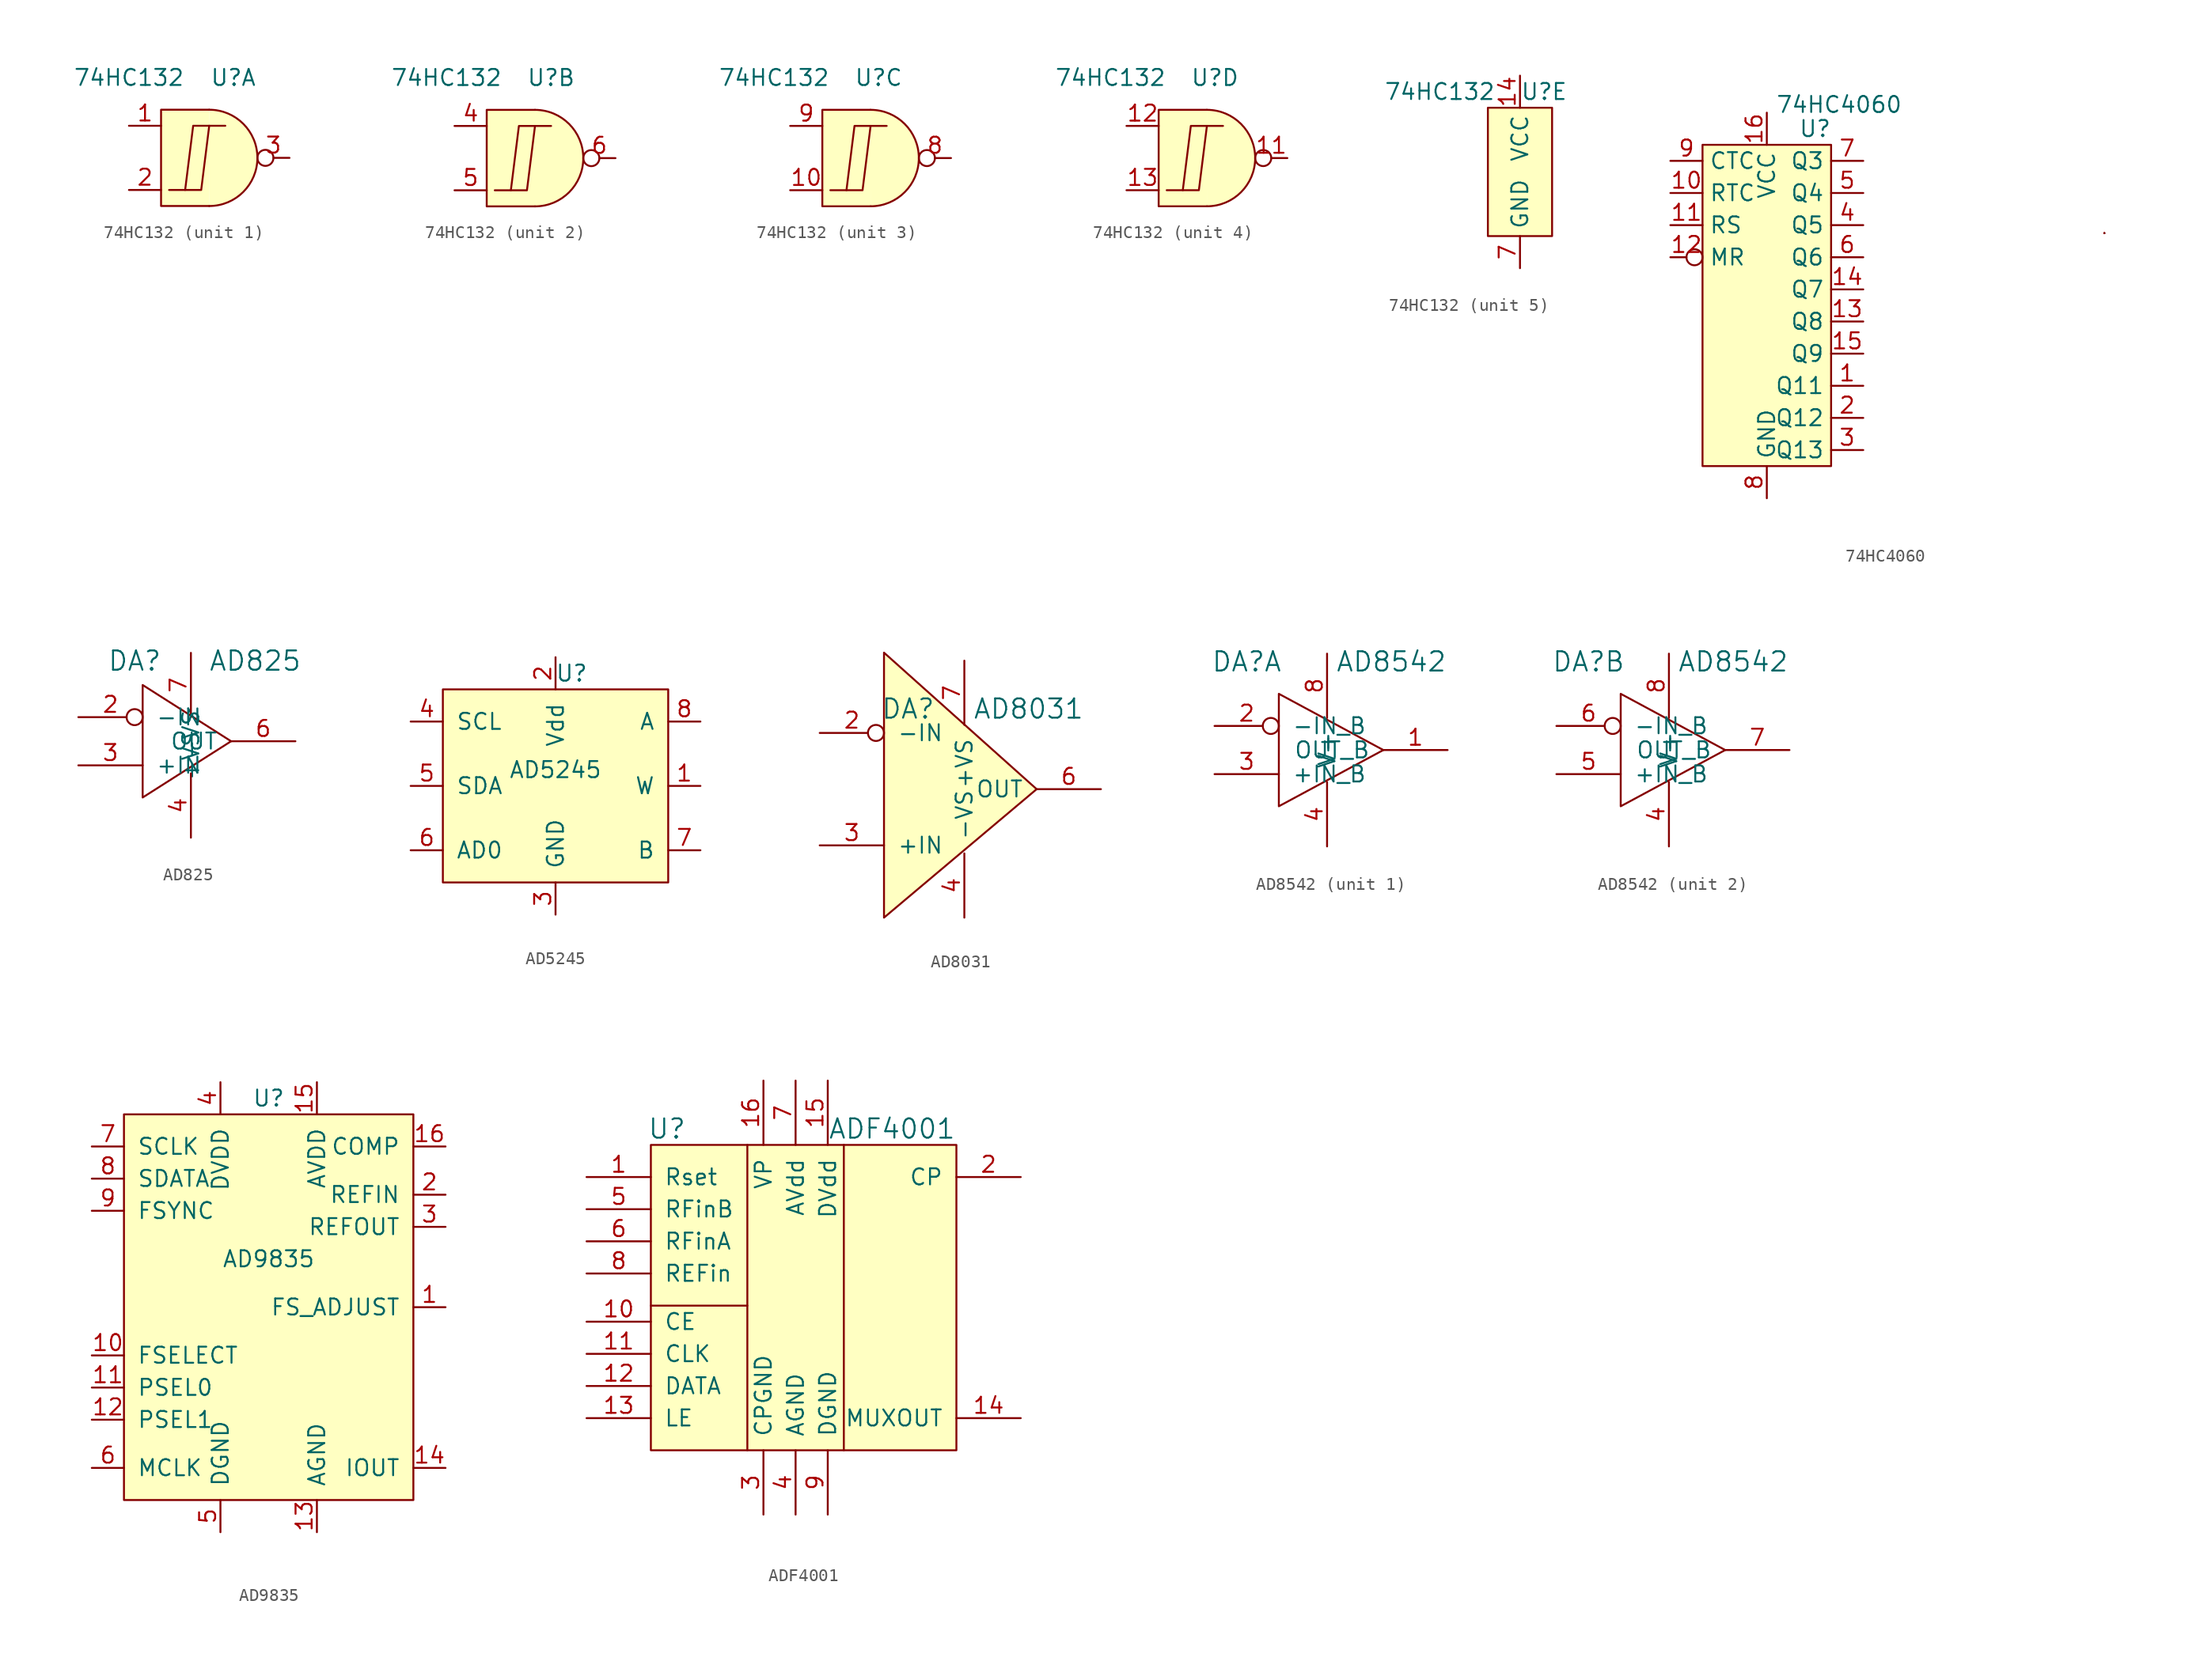
<source format=kicad_sym>
(kicad_symbol_lib
  (version 20211014)
  (generator kicad_symbol_editor)
  (symbol "74HC132"
    (property "Reference" "U"
      (at 1.905 6.35 0)
      (effects (font (size 1.27 1.27))))
    (property "Value" "74HC132"
      (at -6.35 6.35 0)
      (effects (font (size 1.27 1.27))))
    (property "ki_locked" ""
      (at 0 0 0)
      (effects (font (size 1.27 1.27))))
    (symbol "74HC132_1_1"
      (arc (start 0 -3.81) (mid 3.81 0) (end 0 3.81) (stroke (width 0) (type default) (color 0 0 0 0)) (fill (type background)))
      (polyline (pts (xy -3.175 -2.54) (xy -1.905 -2.54) (xy -1.27 2.54) (xy 0 2.54)) (stroke (width 0.152) (type default) (color 0 0 0 0)) (fill (type none)))
      (polyline (pts (xy -1.905 -2.54) (xy -0.635 -2.54) (xy 0 2.54) (xy 1.27 2.54)) (stroke (width 0.152) (type default) (color 0 0 0 0)) (fill (type none)))
      (polyline (pts (xy 0 3.81) (xy -3.81 3.81) (xy -3.81 -3.81) (xy 0 -3.81)) (stroke (width 0) (type default) (color 0 0 0 0)) (fill (type background)))
      (pin input line (at -6.35 2.54 0) (length 2.54) (name "~" (effects (font (size 1.27 1.27)))) (number "1" (effects (font (size 1.27 1.27)))))
      (pin input line (at -6.35 -2.54 0) (length 2.54) (name "~" (effects (font (size 1.27 1.27)))) (number "2" (effects (font (size 1.27 1.27)))))
      (pin output inverted (at 6.35 0 180) (length 2.54) (name "~" (effects (font (size 1.27 1.27)))) (number "3" (effects (font (size 1.27 1.27))))))
    (symbol "74HC132_2_1"
      (polyline (pts (xy -2.54 -2.54) (xy -1.27 -2.54) (xy -0.635 2.54) (xy 0.635 2.54)) (stroke (width 0.152) (type default) (color 0 0 0 0)) (fill (type none)))
      (polyline (pts (xy -1.27 -2.54) (xy 0 -2.54) (xy 0.635 2.54) (xy 1.905 2.54)) (stroke (width 0.152) (type default) (color 0 0 0 0)) (fill (type none)))
      (polyline (pts (xy 0.635 3.81) (xy -3.175 3.81) (xy -3.175 -3.81) (xy 0.635 -3.81)) (stroke (width 0) (type default) (color 0 0 0 0)) (fill (type background)))
      (arc (start 0.635 -3.81) (mid 4.445 0) (end 0.635 3.81) (stroke (width 0) (type default) (color 0 0 0 0)) (fill (type background)))
      (pin input line (at -5.715 2.54 0) (length 2.54) (name "~" (effects (font (size 1.27 1.27)))) (number "4" (effects (font (size 1.27 1.27)))))
      (pin input line (at -5.715 -2.54 0) (length 2.54) (name "~" (effects (font (size 1.27 1.27)))) (number "5" (effects (font (size 1.27 1.27)))))
      (pin output inverted (at 6.985 0 180) (length 2.54) (name "~" (effects (font (size 1.27 1.27)))) (number "6" (effects (font (size 1.27 1.27))))))
    (symbol "74HC132_3_1"
      (polyline (pts (xy -1.905 -2.54) (xy -0.635 -2.54) (xy 0 2.54) (xy 1.27 2.54)) (stroke (width 0.152) (type default) (color 0 0 0 0)) (fill (type none)))
      (polyline (pts (xy -0.635 -2.54) (xy 0.635 -2.54) (xy 1.27 2.54) (xy 2.54 2.54)) (stroke (width 0.152) (type default) (color 0 0 0 0)) (fill (type none)))
      (polyline (pts (xy 1.27 3.81) (xy -2.54 3.81) (xy -2.54 -3.81) (xy 1.27 -3.81)) (stroke (width 0) (type default) (color 0 0 0 0)) (fill (type background)))
      (arc (start 1.27 -3.81) (mid 5.08 0) (end 1.27 3.81) (stroke (width 0) (type default) (color 0 0 0 0)) (fill (type background)))
      (pin input line (at -5.08 -2.54 0) (length 2.54) (name "~" (effects (font (size 1.27 1.27)))) (number "10" (effects (font (size 1.27 1.27)))))
      (pin output inverted (at 7.62 0 180) (length 2.54) (name "~" (effects (font (size 1.27 1.27)))) (number "8" (effects (font (size 1.27 1.27)))))
      (pin input line (at -5.08 2.54 0) (length 2.54) (name "~" (effects (font (size 1.27 1.27)))) (number "9" (effects (font (size 1.27 1.27))))))
    (symbol "74HC132_4_1"
      (polyline (pts (xy -1.905 -2.54) (xy -0.635 -2.54) (xy 0 2.54) (xy 1.27 2.54)) (stroke (width 0.152) (type default) (color 0 0 0 0)) (fill (type none)))
      (polyline (pts (xy -0.635 -2.54) (xy 0.635 -2.54) (xy 1.27 2.54) (xy 2.54 2.54)) (stroke (width 0.152) (type default) (color 0 0 0 0)) (fill (type none)))
      (polyline (pts (xy 1.27 3.81) (xy -2.54 3.81) (xy -2.54 -3.81) (xy 1.27 -3.81)) (stroke (width 0) (type default) (color 0 0 0 0)) (fill (type background)))
      (arc (start 1.27 -3.81) (mid 5.08 0) (end 1.27 3.81) (stroke (width 0) (type default) (color 0 0 0 0)) (fill (type background)))
      (pin output inverted (at 7.62 0 180) (length 2.54) (name "~" (effects (font (size 1.27 1.27)))) (number "11" (effects (font (size 1.27 1.27)))))
      (pin input line (at -5.08 2.54 0) (length 2.54) (name "~" (effects (font (size 1.27 1.27)))) (number "12" (effects (font (size 1.27 1.27)))))
      (pin input line (at -5.08 -2.54 0) (length 2.54) (name "~" (effects (font (size 1.27 1.27)))) (number "13" (effects (font (size 1.27 1.27))))))
    (symbol "74HC132_5_1"
      (rectangle (start -2.54 5.08) (end 2.54 -5.08) (stroke (width 0.152) (type default) (color 0 0 0 0)) (fill (type background)))
      (pin power_in line (at 0 7.62 270) (length 2.54) (name "VCC" (effects (font (size 1.27 1.27)))) (number "14" (effects (font (size 1.27 1.27)))))
      (pin power_in line (at 0 -7.62 90) (length 2.54) (name "GND" (effects (font (size 1.27 1.27)))) (number "7" (effects (font (size 1.27 1.27)))))))
  (symbol "74HC4060"
    (property "Reference" "U"
      (at 3.81 7.62 0)
      (effects (font (size 1.27 1.27))))
    (property "Value" "74HC4060"
      (at 5.715 9.525 0)
      (effects (font (size 1.27 1.27))))
    (symbol "74HC4060_0_1"
      (rectangle (start -5.08 6.35) (end 5.08 -19.05) (stroke (width 0.152) (type default) (color 0 0 0 0)) (fill (type background)))
      (rectangle (start 26.67 -0.635) (end 26.67 -0.635) (stroke (width 0.152) (type default) (color 0 0 0 0)) (fill (type none)))
      (rectangle (start 26.67 -0.635) (end 26.67 -0.635) (stroke (width 0.152) (type default) (color 0 0 0 0)) (fill (type none)))
      (rectangle (start 26.67 -0.635) (end 26.67 -0.635) (stroke (width 0.152) (type default) (color 0 0 0 0)) (fill (type none)))
      (rectangle (start 26.67 -0.635) (end 26.67 -0.635) (stroke (width 0.152) (type default) (color 0 0 0 0)) (fill (type none))))
    (symbol "74HC4060_1_1"
      (pin output line (at 7.62 -12.7 180) (length 2.54) (name "Q11" (effects (font (size 1.27 1.27)))) (number "1" (effects (font (size 1.27 1.27)))))
      (pin output line (at -7.62 2.54 0) (length 2.54) (name "RTC" (effects (font (size 1.27 1.27)))) (number "10" (effects (font (size 1.27 1.27)))))
      (pin input line (at -7.62 0 0) (length 2.54) (name "RS" (effects (font (size 1.27 1.27)))) (number "11" (effects (font (size 1.27 1.27)))))
      (pin input inverted (at -7.62 -2.54 0) (length 2.54) (name "MR" (effects (font (size 1.27 1.27)))) (number "12" (effects (font (size 1.27 1.27)))))
      (pin output line (at 7.62 -7.62 180) (length 2.54) (name "Q8" (effects (font (size 1.27 1.27)))) (number "13" (effects (font (size 1.27 1.27)))))
      (pin output line (at 7.62 -5.08 180) (length 2.54) (name "Q7" (effects (font (size 1.27 1.27)))) (number "14" (effects (font (size 1.27 1.27)))))
      (pin output line (at 7.62 -10.16 180) (length 2.54) (name "Q9" (effects (font (size 1.27 1.27)))) (number "15" (effects (font (size 1.27 1.27)))))
      (pin power_in line (at 0 8.89 270) (length 2.54) (name "VCC" (effects (font (size 1.27 1.27)))) (number "16" (effects (font (size 1.27 1.27)))))
      (pin output line (at 7.62 -15.24 180) (length 2.54) (name "Q12" (effects (font (size 1.27 1.27)))) (number "2" (effects (font (size 1.27 1.27)))))
      (pin output line (at 7.62 -17.78 180) (length 2.54) (name "Q13" (effects (font (size 1.27 1.27)))) (number "3" (effects (font (size 1.27 1.27)))))
      (pin output line (at 7.62 0 180) (length 2.54) (name "Q5" (effects (font (size 1.27 1.27)))) (number "4" (effects (font (size 1.27 1.27)))))
      (pin output line (at 7.62 2.54 180) (length 2.54) (name "Q4" (effects (font (size 1.27 1.27)))) (number "5" (effects (font (size 1.27 1.27)))))
      (pin output line (at 7.62 -2.54 180) (length 2.54) (name "Q6" (effects (font (size 1.27 1.27)))) (number "6" (effects (font (size 1.27 1.27)))))
      (pin output line (at 7.62 5.08 180) (length 2.54) (name "Q3" (effects (font (size 1.27 1.27)))) (number "7" (effects (font (size 1.27 1.27)))))
      (pin power_in line (at 0 -21.59 90) (length 2.54) (name "GND" (effects (font (size 1.27 1.27)))) (number "8" (effects (font (size 1.27 1.27)))))
      (pin output line (at -7.62 5.08 0) (length 2.54) (name "CTC" (effects (font (size 1.27 1.27)))) (number "9" (effects (font (size 1.27 1.27)))))))
  (symbol "AD825"
    (pin_names
      (offset 1.016))
    (property "Reference" "DA"
      (at -3.81 6.35 0)
      (effects (font (size 1.524 1.524))))
    (property "Value" "AD825"
      (at 5.715 6.35 0)
      (effects (font (size 1.524 1.524))))
    (symbol "AD825_0_1"
      (polyline (pts (xy 3.81 0) (xy -3.175 4.445) (xy -3.175 -4.445) (xy 3.81 0)) (stroke (width 0) (type default) (color 0 0 0 0)) (fill (type none))))
    (symbol "AD825_1_1"
      (pin input inverted (at -8.255 1.905 0) (length 5.08) (name "-IN" (effects (font (size 1.27 1.27)))) (number "2" (effects (font (size 1.27 1.27)))))
      (pin input line (at -8.255 -1.905 0) (length 5.08) (name "+IN" (effects (font (size 1.27 1.27)))) (number "3" (effects (font (size 1.27 1.27)))))
      (pin power_in line (at 0.635 -7.62 90) (length 5.08) (name "-VS" (effects (font (size 1.27 1.27)))) (number "4" (effects (font (size 1.27 1.27)))))
      (pin output line (at 8.89 0 180) (length 5.08) (name "OUT" (effects (font (size 1.27 1.27)))) (number "6" (effects (font (size 1.27 1.27)))))
      (pin power_in line (at 0.635 6.985 270) (length 5.08) (name "+VS" (effects (font (size 1.27 1.27)))) (number "7" (effects (font (size 1.27 1.27)))))))
  (symbol "AD5245"
    (pin_names
      (offset 1.016))
    (property "Reference" "U"
      (at 1.27 0 0)
      (effects (font (size 1.27 1.27))))
    (property "Value" "AD5245"
      (at 0 -7.62 0)
      (effects (font (size 1.27 1.27))))
    (symbol "AD5245_0_1"
      (rectangle (start -8.89 -1.27) (end 8.89 -16.51) (stroke (width 0) (type default) (color 0 0 0 0)) (fill (type background))))
    (symbol "AD5245_1_1"
      (pin input line (at 11.43 -8.89 180) (length 2.54) (name "W" (effects (font (size 1.27 1.27)))) (number "1" (effects (font (size 1.27 1.27)))))
      (pin power_in line (at 0 1.27 270) (length 2.54) (name "Vdd" (effects (font (size 1.27 1.27)))) (number "2" (effects (font (size 1.27 1.27)))))
      (pin power_in line (at 0 -19.05 90) (length 2.54) (name "GND" (effects (font (size 1.27 1.27)))) (number "3" (effects (font (size 1.27 1.27)))))
      (pin input line (at -11.43 -3.81 0) (length 2.54) (name "SCL" (effects (font (size 1.27 1.27)))) (number "4" (effects (font (size 1.27 1.27)))))
      (pin input line (at -11.43 -8.89 0) (length 2.54) (name "SDA" (effects (font (size 1.27 1.27)))) (number "5" (effects (font (size 1.27 1.27)))))
      (pin input line (at -11.43 -13.97 0) (length 2.54) (name "AD0" (effects (font (size 1.27 1.27)))) (number "6" (effects (font (size 1.27 1.27)))))
      (pin input line (at 11.43 -13.97 180) (length 2.54) (name "B" (effects (font (size 1.27 1.27)))) (number "7" (effects (font (size 1.27 1.27)))))
      (pin input line (at 11.43 -3.81 180) (length 2.54) (name "A" (effects (font (size 1.27 1.27)))) (number "8" (effects (font (size 1.27 1.27)))))))
  (symbol "AD8031"
    (pin_names
      (offset 1.016))
    (property "Reference" "DA"
      (at -3.81 6.35 0)
      (effects (font (size 1.524 1.524))))
    (property "Value" "AD8031"
      (at 5.715 6.35 0)
      (effects (font (size 1.524 1.524))))
    (symbol "AD8031_0_1"
      (polyline (pts (xy 6.35 0) (xy -5.715 10.795) (xy -5.715 -8.89) (xy -5.715 -9.525) (xy -5.715 -10.16) (xy 6.35 0)) (stroke (width 0) (type default) (color 0 0 0 0)) (fill (type background))))
    (symbol "AD8031_1_1"
      (pin input inverted (at -10.795 4.445 0) (length 5.08) (name "-IN" (effects (font (size 1.27 1.27)))) (number "2" (effects (font (size 1.27 1.27)))))
      (pin input line (at -10.795 -4.445 0) (length 5.08) (name "+IN" (effects (font (size 1.27 1.27)))) (number "3" (effects (font (size 1.27 1.27)))))
      (pin power_in line (at 0.635 -10.16 90) (length 5.08) (name "-VS" (effects (font (size 1.27 1.27)))) (number "4" (effects (font (size 1.27 1.27)))))
      (pin output line (at 11.43 0 180) (length 5.08) (name "OUT" (effects (font (size 1.27 1.27)))) (number "6" (effects (font (size 1.27 1.27)))))
      (pin power_in line (at 0.635 10.16 270) (length 5.08) (name "+VS" (effects (font (size 1.27 1.27)))) (number "7" (effects (font (size 1.27 1.27)))))))
  (symbol "AD8542"
    (pin_names
      (offset 1.016))
    (property "Reference" "DA"
      (at -5.715 6.985 0)
      (effects (font (size 1.524 1.524))))
    (property "Value" "AD8542"
      (at 5.715 6.985 0)
      (effects (font (size 1.524 1.524))))
    (symbol "AD8542_0_1"
      (polyline (pts (xy 5.08 0) (xy -3.175 4.445) (xy -3.175 -4.445) (xy 5.08 0)) (stroke (width 0) (type default) (color 0 0 0 0)) (fill (type none)))
      (pin power_in line (at 0.635 -7.62 90) (length 5.08) (name "V-" (effects (font (size 1.27 1.27)))) (number "4" (effects (font (size 1.27 1.27)))))
      (pin power_in line (at 0.635 7.62 270) (length 5.08) (name "V+" (effects (font (size 1.27 1.27)))) (number "8" (effects (font (size 1.27 1.27))))))
    (symbol "AD8542_1_1"
      (pin output line (at 10.16 0 180) (length 5.08) (name "OUT_B" (effects (font (size 1.27 1.27)))) (number "1" (effects (font (size 1.27 1.27)))))
      (pin input inverted (at -8.255 1.905 0) (length 5.08) (name "-IN_B" (effects (font (size 1.27 1.27)))) (number "2" (effects (font (size 1.27 1.27)))))
      (pin input line (at -8.255 -1.905 0) (length 5.08) (name "+IN_B" (effects (font (size 1.27 1.27)))) (number "3" (effects (font (size 1.27 1.27))))))
    (symbol "AD8542_2_1"
      (pin input line (at -8.255 -1.905 0) (length 5.08) (name "+IN_B" (effects (font (size 1.27 1.27)))) (number "5" (effects (font (size 1.27 1.27)))))
      (pin input inverted (at -8.255 1.905 0) (length 5.08) (name "-IN_B" (effects (font (size 1.27 1.27)))) (number "6" (effects (font (size 1.27 1.27)))))
      (pin output line (at 10.16 0 180) (length 5.08) (name "OUT_B" (effects (font (size 1.27 1.27)))) (number "7" (effects (font (size 1.27 1.27)))))))
  (symbol "AD9835"
    (pin_names
      (offset 1.016))
    (property "Reference" "U"
      (at 0 -1.27 0)
      (effects (font (size 1.27 1.27))))
    (property "Value" "AD9835"
      (at 0 -13.97 0)
      (effects (font (size 1.27 1.27))))
    (symbol "AD9835_0_1"
      (rectangle (start -11.43 -2.54) (end 11.43 -33.02) (stroke (width 0) (type default) (color 0 0 0 0)) (fill (type background))))
    (symbol "AD9835_1_1"
      (pin input line (at 13.97 -17.78 180) (length 2.54) (name "FS_ADJUST" (effects (font (size 1.27 1.27)))) (number "1" (effects (font (size 1.27 1.27)))))
      (pin input line (at -13.97 -21.59 0) (length 2.54) (name "FSELECT" (effects (font (size 1.27 1.27)))) (number "10" (effects (font (size 1.27 1.27)))))
      (pin input line (at -13.97 -24.13 0) (length 2.54) (name "PSEL0" (effects (font (size 1.27 1.27)))) (number "11" (effects (font (size 1.27 1.27)))))
      (pin input line (at -13.97 -26.67 0) (length 2.54) (name "PSEL1" (effects (font (size 1.27 1.27)))) (number "12" (effects (font (size 1.27 1.27)))))
      (pin power_in line (at 3.81 -35.56 90) (length 2.54) (name "AGND" (effects (font (size 1.27 1.27)))) (number "13" (effects (font (size 1.27 1.27)))))
      (pin output line (at 13.97 -30.48 180) (length 2.54) (name "IOUT" (effects (font (size 1.27 1.27)))) (number "14" (effects (font (size 1.27 1.27)))))
      (pin power_in line (at 3.81 0 270) (length 2.54) (name "AVDD" (effects (font (size 1.27 1.27)))) (number "15" (effects (font (size 1.27 1.27)))))
      (pin input line (at 13.97 -5.08 180) (length 2.54) (name "COMP" (effects (font (size 1.27 1.27)))) (number "16" (effects (font (size 1.27 1.27)))))
      (pin power_in line (at 13.97 -8.89 180) (length 2.54) (name "REFIN" (effects (font (size 1.27 1.27)))) (number "2" (effects (font (size 1.27 1.27)))))
      (pin power_out line (at 13.97 -11.43 180) (length 2.54) (name "REFOUT" (effects (font (size 1.27 1.27)))) (number "3" (effects (font (size 1.27 1.27)))))
      (pin power_in line (at -3.81 0 270) (length 2.54) (name "DVDD" (effects (font (size 1.27 1.27)))) (number "4" (effects (font (size 1.27 1.27)))))
      (pin power_in line (at -3.81 -35.56 90) (length 2.54) (name "DGND" (effects (font (size 1.27 1.27)))) (number "5" (effects (font (size 1.27 1.27)))))
      (pin input line (at -13.97 -30.48 0) (length 2.54) (name "MCLK" (effects (font (size 1.27 1.27)))) (number "6" (effects (font (size 1.27 1.27)))))
      (pin input line (at -13.97 -5.08 0) (length 2.54) (name "SCLK" (effects (font (size 1.27 1.27)))) (number "7" (effects (font (size 1.27 1.27)))))
      (pin input line (at -13.97 -7.62 0) (length 2.54) (name "SDATA" (effects (font (size 1.27 1.27)))) (number "8" (effects (font (size 1.27 1.27)))))
      (pin input line (at -13.97 -10.16 0) (length 2.54) (name "FSYNC" (effects (font (size 1.27 1.27)))) (number "9" (effects (font (size 1.27 1.27)))))))
  (symbol "ADF4001"
    (pin_names
      (offset 1.016))
    (property "Reference" "U"
      (at -10.16 13.97 0)
      (effects (font (size 1.524 1.524))))
    (property "Value" "ADF4001"
      (at 7.62 13.97 0)
      (effects (font (size 1.524 1.524))))
    (symbol "ADF4001_0_1"
      (rectangle (start -11.43 12.7) (end 12.7 -11.43) (stroke (width 0) (type default) (color 0 0 0 0)) (fill (type background)))
      (polyline (pts (xy -11.43 0) (xy -3.81 0)) (stroke (width 0) (type default) (color 0 0 0 0)) (fill (type none)))
      (polyline (pts (xy -3.81 -11.43) (xy -3.81 12.7)) (stroke (width 0) (type default) (color 0 0 0 0)) (fill (type none)))
      (polyline (pts (xy 3.81 12.7) (xy 3.81 -11.43)) (stroke (width 0) (type default) (color 0 0 0 0)) (fill (type none))))
    (symbol "ADF4001_1_1"
      (pin input line (at -16.51 10.16 0) (length 5.08) (name "Rset" (effects (font (size 1.27 1.27)))) (number "1" (effects (font (size 1.27 1.27)))))
      (pin input line (at -16.51 -1.27 0) (length 5.08) (name "CE" (effects (font (size 1.27 1.27)))) (number "10" (effects (font (size 1.27 1.27)))))
      (pin input line (at -16.51 -3.81 0) (length 5.08) (name "CLK" (effects (font (size 1.27 1.27)))) (number "11" (effects (font (size 1.27 1.27)))))
      (pin input line (at -16.51 -6.35 0) (length 5.08) (name "DATA" (effects (font (size 1.27 1.27)))) (number "12" (effects (font (size 1.27 1.27)))))
      (pin input line (at -16.51 -8.89 0) (length 5.08) (name "LE" (effects (font (size 1.27 1.27)))) (number "13" (effects (font (size 1.27 1.27)))))
      (pin output line (at 17.78 -8.89 180) (length 5.08) (name "MUXOUT" (effects (font (size 1.27 1.27)))) (number "14" (effects (font (size 1.27 1.27)))))
      (pin power_in line (at 2.54 17.78 270) (length 5.08) (name "DVdd" (effects (font (size 1.27 1.27)))) (number "15" (effects (font (size 1.27 1.27)))))
      (pin power_in line (at -2.54 17.78 270) (length 5.08) (name "VP" (effects (font (size 1.27 1.27)))) (number "16" (effects (font (size 1.27 1.27)))))
      (pin output line (at 17.78 10.16 180) (length 5.08) (name "CP" (effects (font (size 1.27 1.27)))) (number "2" (effects (font (size 1.27 1.27)))))
      (pin power_in line (at -2.54 -16.51 90) (length 5.08) (name "CPGND" (effects (font (size 1.27 1.27)))) (number "3" (effects (font (size 1.27 1.27)))))
      (pin power_in line (at 0 -16.51 90) (length 5.08) (name "AGND" (effects (font (size 1.27 1.27)))) (number "4" (effects (font (size 1.27 1.27)))))
      (pin input line (at -16.51 7.62 0) (length 5.08) (name "RFinB" (effects (font (size 1.27 1.27)))) (number "5" (effects (font (size 1.27 1.27)))))
      (pin input line (at -16.51 5.08 0) (length 5.08) (name "RFinA" (effects (font (size 1.27 1.27)))) (number "6" (effects (font (size 1.27 1.27)))))
      (pin power_in line (at 0 17.78 270) (length 5.08) (name "AVdd" (effects (font (size 1.27 1.27)))) (number "7" (effects (font (size 1.27 1.27)))))
      (pin input line (at -16.51 2.54 0) (length 5.08) (name "REFin" (effects (font (size 1.27 1.27)))) (number "8" (effects (font (size 1.27 1.27)))))
      (pin power_in line (at 2.54 -16.51 90) (length 5.08) (name "DGND" (effects (font (size 1.27 1.27)))) (number "9" (effects (font (size 1.27 1.27))))))))
</source>
